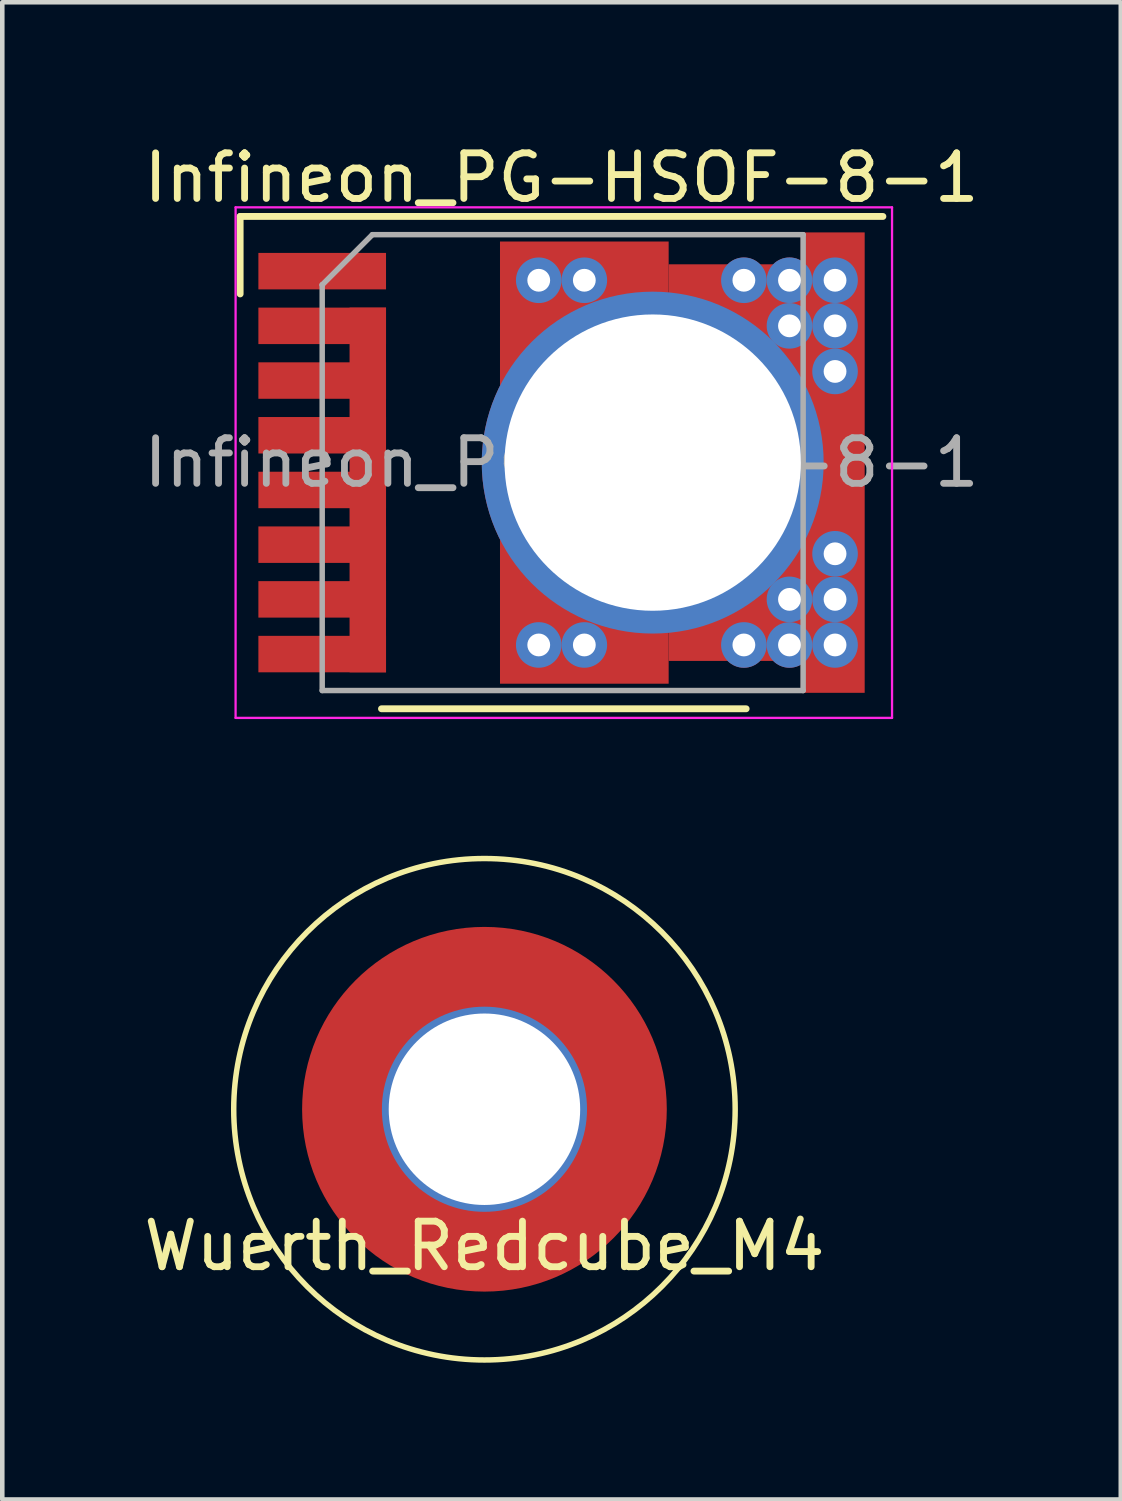
<source format=kicad_pcb>
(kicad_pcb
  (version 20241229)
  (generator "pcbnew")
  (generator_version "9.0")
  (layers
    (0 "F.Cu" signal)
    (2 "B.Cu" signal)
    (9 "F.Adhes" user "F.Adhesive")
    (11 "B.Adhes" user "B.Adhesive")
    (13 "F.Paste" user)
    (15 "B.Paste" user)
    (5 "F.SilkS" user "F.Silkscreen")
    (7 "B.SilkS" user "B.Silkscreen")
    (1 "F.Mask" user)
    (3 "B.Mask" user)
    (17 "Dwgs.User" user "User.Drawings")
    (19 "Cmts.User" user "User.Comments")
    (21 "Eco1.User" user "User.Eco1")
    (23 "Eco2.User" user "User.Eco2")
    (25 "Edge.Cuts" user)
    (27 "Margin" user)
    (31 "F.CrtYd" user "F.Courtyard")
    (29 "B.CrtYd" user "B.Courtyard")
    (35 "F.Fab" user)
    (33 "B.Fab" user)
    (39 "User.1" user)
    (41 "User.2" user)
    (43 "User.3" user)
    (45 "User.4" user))
  (footprint "Infineon_PG-HSOF-8-1"
    (layer "F.Cu")
    (at 9.268 7.098)
    (property "Reference" "Infineon_PG-HSOF-8-1" (at 0 -6.25 0) (layer "F.SilkS") (effects (font (size 1 1) (thickness 0.15))))
    (attr smd)
    (fp_line (start -7.05 -5.4) (end -7.05 -3.7) (stroke (width 0.15) (type solid)) (layer "F.SilkS"))
    (fp_line (start -3.95 5.4) (end 4.05 5.4) (stroke (width 0.15) (type solid)) (layer "F.SilkS"))
    (fp_line (start 7.05 -5.4) (end -7.05 -5.4) (stroke (width 0.15) (type solid)) (layer "F.SilkS"))
    (fp_line (start -7.15 5.6) (end -7.15 -5.6) (stroke (width 0.05) (type solid)) (layer "F.CrtYd"))
    (fp_line (start -7.15 5.6) (end 7.25 5.6) (stroke (width 0.05) (type solid)) (layer "F.CrtYd"))
    (fp_line (start 7.25 -5.6) (end -7.15 -5.6) (stroke (width 0.05) (type solid)) (layer "F.CrtYd"))
    (fp_line (start 7.25 -5.6) (end 7.25 5.6) (stroke (width 0.05) (type solid)) (layer "F.CrtYd"))
    (fp_line (start -5.25 -3.9) (end -5.25 -3.9) (stroke (width 0.12) (type solid)) (layer "F.Fab"))
    (fp_line (start -5.25 5) (end -5.25 -3.9) (stroke (width 0.12) (type solid)) (layer "F.Fab"))
    (fp_line (start -4.15 -5) (end -5.25 -3.9) (stroke (width 0.12) (type solid)) (layer "F.Fab"))
    (fp_line (start -4.15 -5) (end 5.3 -5) (stroke (width 0.12) (type solid)) (layer "F.Fab"))
    (fp_line (start 5.3 -5) (end 5.3 5) (stroke (width 0.12) (type solid)) (layer "F.Fab"))
    (fp_line (start 5.3 5) (end -5.25 5) (stroke (width 0.12) (type solid)) (layer "F.Fab"))
    (fp_text user "${REFERENCE}" (at 0 0 0) (layer "F.Fab") (effects (font (size 1 1) (thickness 0.15))))
    (pad "" smd circle (at -0.08 -4.2 270) (size 1 1) (layers "F.Paste"))
    (pad "" smd circle (at -0.08 -3 270) (size 1 1) (layers "F.Paste"))
    (pad "" smd circle (at -0.08 -1.8 270) (size 1 1) (layers "F.Paste"))
    (pad "" smd circle (at -0.08 -0.6 270) (size 1 1) (layers "F.Paste"))
    (pad "" smd circle (at -0.08 0.6 270) (size 1 1) (layers "F.Paste"))
    (pad "" smd circle (at -0.08 1.8 270) (size 1 1) (layers "F.Paste"))
    (pad "" smd circle (at -0.08 3 270) (size 1 1) (layers "F.Paste"))
    (pad "" smd circle (at -0.08 4.2 270) (size 1 1) (layers "F.Paste"))
    (pad "" smd circle (at 1.12 -4.2 270) (size 1 1) (layers "F.Paste"))
    (pad "" smd circle (at 1.12 -3 270) (size 1 1) (layers "F.Paste"))
    (pad "" smd circle (at 1.12 -1.8 270) (size 1 1) (layers "F.Paste"))
    (pad "" smd circle (at 1.12 -0.6 270) (size 1 1) (layers "F.Paste"))
    (pad "" smd circle (at 1.12 0.6 270) (size 1 1) (layers "F.Paste"))
    (pad "" smd circle (at 1.12 1.8 270) (size 1 1) (layers "F.Paste"))
    (pad "" smd circle (at 1.12 3 270) (size 1 1) (layers "F.Paste"))
    (pad "" smd circle (at 1.12 4.2 270) (size 1 1) (layers "F.Paste"))
    (pad "" smd circle (at 2.32 -3 270) (size 1 1) (layers "F.Paste"))
    (pad "" smd circle (at 2.32 -1.8 270) (size 1 1) (layers "F.Paste"))
    (pad "" smd circle (at 2.32 -0.6 270) (size 1 1) (layers "F.Paste"))
    (pad "" smd circle (at 2.32 0.6 270) (size 1 1) (layers "F.Paste"))
    (pad "" smd circle (at 2.32 1.8 270) (size 1 1) (layers "F.Paste"))
    (pad "" smd circle (at 2.32 3 270) (size 1 1) (layers "F.Paste"))
    (pad "" smd circle (at 3.52 -3 270) (size 1 1) (layers "F.Paste"))
    (pad "" smd circle (at 3.52 -1.8 270) (size 1 1) (layers "F.Paste"))
    (pad "" smd circle (at 3.52 -0.6 270) (size 1 1) (layers "F.Paste"))
    (pad "" smd circle (at 3.52 0.6 270) (size 1 1) (layers "F.Paste"))
    (pad "" smd circle (at 3.52 1.8 270) (size 1 1) (layers "F.Paste"))
    (pad "" smd circle (at 3.52 3 270) (size 1 1) (layers "F.Paste"))
    (pad "" smd circle (at 4.72 -3 270) (size 1 1) (layers "F.Paste"))
    (pad "" smd circle (at 4.72 -1.8 270) (size 1 1) (layers "F.Paste"))
    (pad "" smd circle (at 4.72 -0.6 270) (size 1 1) (layers "F.Paste"))
    (pad "" smd circle (at 4.72 0.6 270) (size 1 1) (layers "F.Paste"))
    (pad "" smd circle (at 4.72 1.8 270) (size 1 1) (layers "F.Paste"))
    (pad "" smd circle (at 4.72 3 270) (size 1 1) (layers "F.Paste"))
    (pad "" smd circle (at 6.02 -4.2 270) (size 1 1) (layers "F.Paste"))
    (pad "" smd circle (at 6.02 -3 270) (size 1 1) (layers "F.Paste"))
    (pad "" smd circle (at 6.02 -1.8 270) (size 1 1) (layers "F.Paste"))
    (pad "" smd circle (at 6.02 -0.6 270) (size 1 1) (layers "F.Paste"))
    (pad "" smd circle (at 6.02 0.6 270) (size 1 1) (layers "F.Paste"))
    (pad "" smd circle (at 6.02 1.8 270) (size 1 1) (layers "F.Paste"))
    (pad "" smd circle (at 6.02 3 270) (size 1 1) (layers "F.Paste"))
    (pad "" smd circle (at 6.02 4.2 270) (size 1 1) (layers "F.Paste"))
    (pad "1" smd rect (at -5.25 -4.2 270) (size 0.8 2.8) (layers "F.Cu" "F.Mask" "F.Paste"))
    (pad "2" smd rect (at -5.25 -3 270) (size 0.8 2.8) (layers "F.Cu" "F.Mask" "F.Paste"))
    (pad "2" smd rect (at -5.25 -1.8 270) (size 0.8 2.8) (layers "F.Cu" "F.Mask" "F.Paste"))
    (pad "2" smd rect (at -5.25 -0.6 270) (size 0.8 2.8) (layers "F.Cu" "F.Mask" "F.Paste"))
    (pad "2" smd rect (at -5.25 0.6 270) (size 0.8 2.8) (layers "F.Cu" "F.Mask" "F.Paste"))
    (pad "2" smd rect (at -5.25 1.8 270) (size 0.8 2.8) (layers "F.Cu" "F.Mask" "F.Paste"))
    (pad "2" smd rect (at -5.25 3 270) (size 0.8 2.8) (layers "F.Cu" "F.Mask" "F.Paste"))
    (pad "2" smd rect (at -5.25 4.2 270) (size 0.8 2.8) (layers "F.Cu" "F.Mask" "F.Paste"))
    (pad "2" smd rect (at -4.25 0.6 270) (size 8 0.8) (layers "F.Cu" "F.Mask"))
    (pad "3" smd rect (at 0.5 0 270) (size 9.7 3.7) (layers "F.Cu" "F.Mask"))
    (pad "3" thru_hole circle (at 2 0) (size 7.5 7.5) (drill 6.5) (layers "*.Cu" "*.Mask"))
    (pad "3" smd rect (at 3.8 0 270) (size 8.7 2.9) (layers "F.Cu" "F.Mask"))
    (pad "3" smd rect (at 5.95 0 270) (size 10.1 1.4) (layers "F.Cu" "F.Mask"))
    (pad "4" thru_hole circle (at -0.5 -4) (size 1 1) (drill 0.5) (layers "*.Cu" "*.Mask"))
    (pad "4" thru_hole circle (at -0.5 4) (size 1 1) (drill 0.5) (layers "*.Cu" "*.Mask"))
    (pad "4" thru_hole circle (at 0.5 -4) (size 1 1) (drill 0.5) (layers "*.Cu" "*.Mask"))
    (pad "4" thru_hole circle (at 0.5 4) (size 1 1) (drill 0.5) (layers "*.Cu" "*.Mask"))
    (pad "4" thru_hole circle (at 4 -4) (size 1 1) (drill 0.5) (layers "*.Cu" "*.Mask"))
    (pad "4" thru_hole circle (at 4 4) (size 1 1) (drill 0.5) (layers "*.Cu" "*.Mask"))
    (pad "4" thru_hole circle (at 5 -4) (size 1 1) (drill 0.5) (layers "*.Cu" "*.Mask"))
    (pad "4" thru_hole circle (at 5 -3) (size 1 1) (drill 0.5) (layers "*.Cu" "*.Mask"))
    (pad "4" thru_hole circle (at 5 3) (size 1 1) (drill 0.5) (layers "*.Cu" "*.Mask"))
    (pad "4" thru_hole circle (at 5 4) (size 1 1) (drill 0.5) (layers "*.Cu" "*.Mask"))
    (pad "4" thru_hole circle (at 6 -4) (size 1 1) (drill 0.5) (layers "*.Cu" "*.Mask"))
    (pad "4" thru_hole circle (at 6 -3) (size 1 1) (drill 0.5) (layers "*.Cu" "*.Mask"))
    (pad "4" thru_hole circle (at 6 -2) (size 1 1) (drill 0.5) (layers "*.Cu" "*.Mask"))
    (pad "4" thru_hole circle (at 6 2) (size 1 1) (drill 0.5) (layers "*.Cu" "*.Mask"))
    (pad "4" thru_hole circle (at 6 3) (size 1 1) (drill 0.5) (layers "*.Cu" "*.Mask"))
    (pad "4" thru_hole circle (at 6 4) (size 1 1) (drill 0.5) (layers "*.Cu" "*.Mask")))
  (footprint "Wuerth_Redcube_M4"
    (layer "F.Cu")
    (at 7.577 21.283)
    (property "Reference" "Wuerth_Redcube_M4" (at 0 3 0) (layer "F.SilkS") (effects (font (size 1 1) (thickness 0.15))))
    (attr through_hole)
    (fp_circle (center 0 0) (end 5.5 0) (stroke (width 0.12) (type solid)) (fill no) (layer "F.SilkS"))
    (pad "1" thru_hole circle (at 0 0) (size 4.5 4.5) (drill 4.2) (layers "*.Cu"))
    (pad "1" smd circle (at 0 0) (size 8 8) (layers "F.Cu" "F.Mask")))
  (gr_rect
    (start -3 -3)
    (end 21.536 29.843)
    (stroke (width 0.1) (type default))
    (fill no)
    (layer "Edge.Cuts")))
</source>
